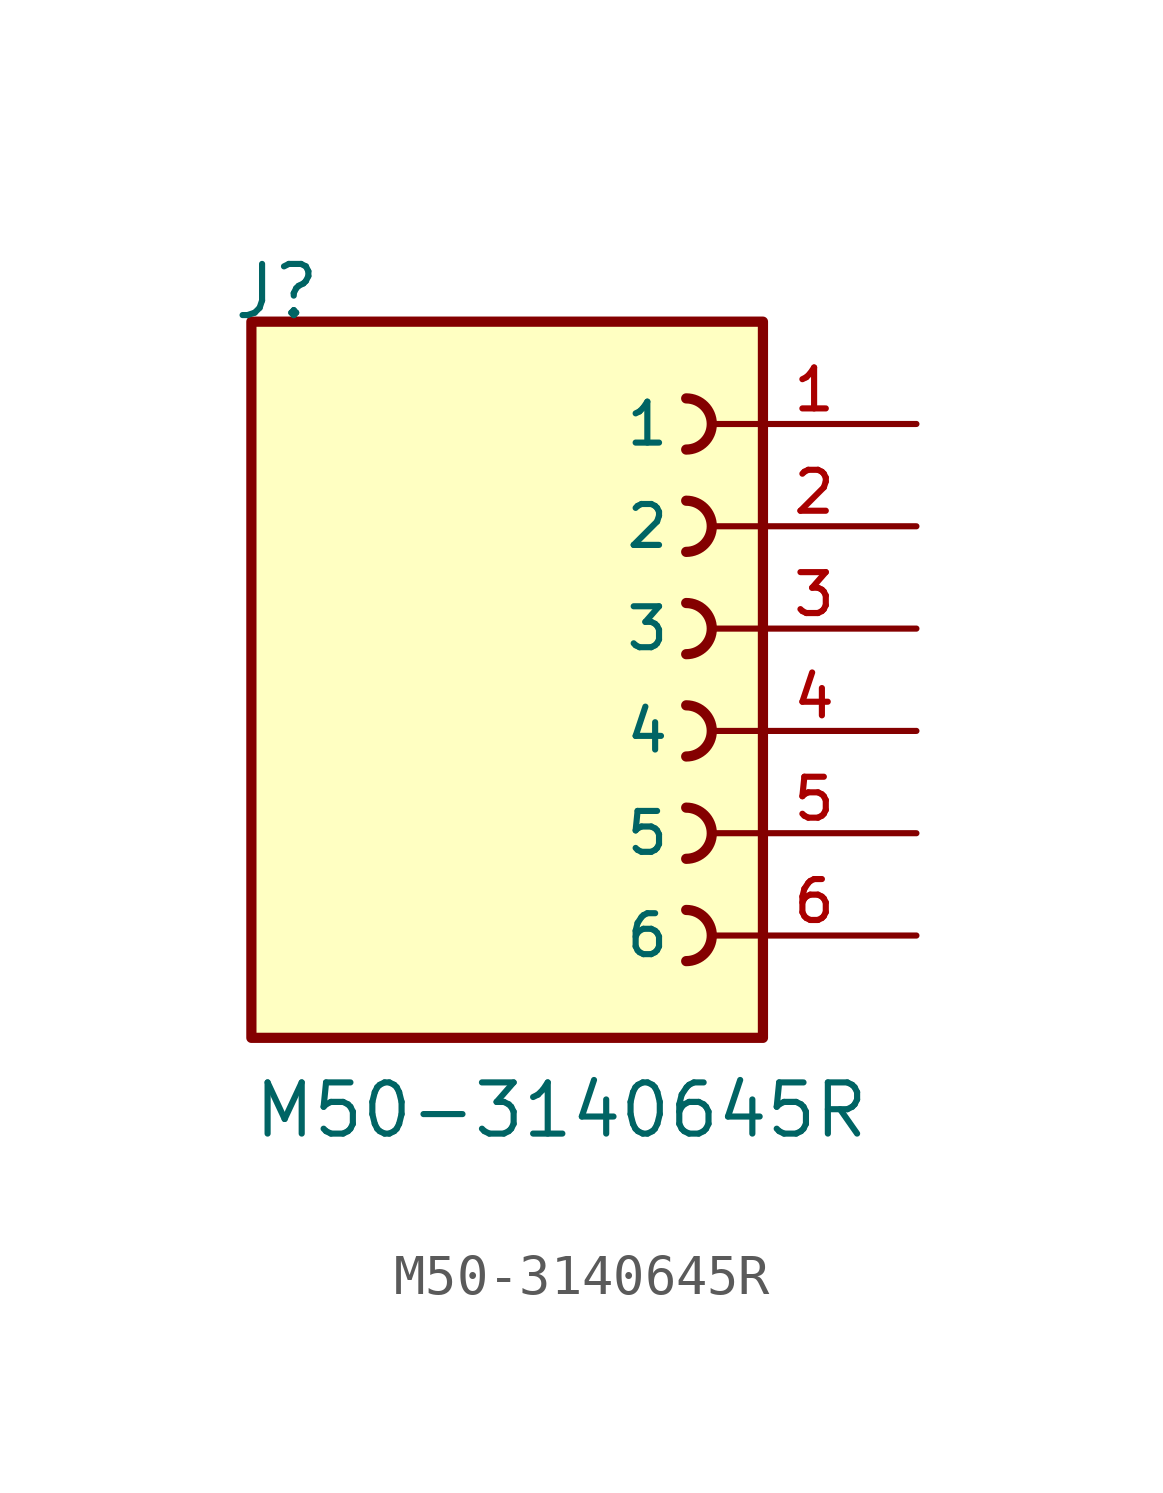
<source format=kicad_sym>
(kicad_symbol_lib
  (version 20211014)
  (generator kicad_symbol_editor)
  (symbol "M50-3140645R"
    (pin_names
      (offset 1.016))
    (property "Reference" "J"
      (at -6.85 10.16 0)
      (effects (font (size 1.27 1.27)) (justify bottom left)))
    (property "Value" "M50-3140645R"
      (at -6.35 -10.16 0)
      (effects (font (size 1.27 1.27)) (justify bottom left)))
    (symbol "M50-3140645R_0_0"
      (arc (start 4.445 8.255) (mid 5.08 7.62) (end 4.445 6.985) (stroke (width 0.254) (type default) (color 0 0 0 0)) (fill (type none)))
      (arc (start 4.445 5.715) (mid 5.08 5.08) (end 4.445 4.445) (stroke (width 0.254) (type default) (color 0 0 0 0)) (fill (type none)))
      (arc (start 4.445 3.175) (mid 5.08 2.54) (end 4.445 1.905) (stroke (width 0.254) (type default) (color 0 0 0 0)) (fill (type none)))
      (arc (start 4.445 0.635) (mid 5.08 -0.0) (end 4.445 -0.635) (stroke (width 0.254) (type default) (color 0 0 0 0)) (fill (type none)))
      (arc (start 4.445 -1.905) (mid 5.08 -2.54) (end 4.445 -3.175) (stroke (width 0.254) (type default) (color 0 0 0 0)) (fill (type none)))
      (arc (start 4.445 -4.445) (mid 5.08 -5.08) (end 4.445 -5.715) (stroke (width 0.254) (type default) (color 0 0 0 0)) (fill (type none)))
      (rectangle (start -6.35 -7.62) (end 6.35 10.16) (stroke (width 0.254)) (fill (type background)))
      (pin passive line (at 10.16 7.62 180.0) (length 5.08) (name "1" (effects (font (size 1.016 1.016)))) (number "1" (effects (font (size 1.016 1.016)))))
      (pin passive line (at 10.16 5.08 180.0) (length 5.08) (name "2" (effects (font (size 1.016 1.016)))) (number "2" (effects (font (size 1.016 1.016)))))
      (pin passive line (at 10.16 2.54 180.0) (length 5.08) (name "3" (effects (font (size 1.016 1.016)))) (number "3" (effects (font (size 1.016 1.016)))))
      (pin passive line (at 10.16 0.0 180.0) (length 5.08) (name "4" (effects (font (size 1.016 1.016)))) (number "4" (effects (font (size 1.016 1.016)))))
      (pin passive line (at 10.16 -2.54 180.0) (length 5.08) (name "5" (effects (font (size 1.016 1.016)))) (number "5" (effects (font (size 1.016 1.016)))))
      (pin passive line (at 10.16 -5.08 180.0) (length 5.08) (name "6" (effects (font (size 1.016 1.016)))) (number "6" (effects (font (size 1.016 1.016))))))))
</source>
